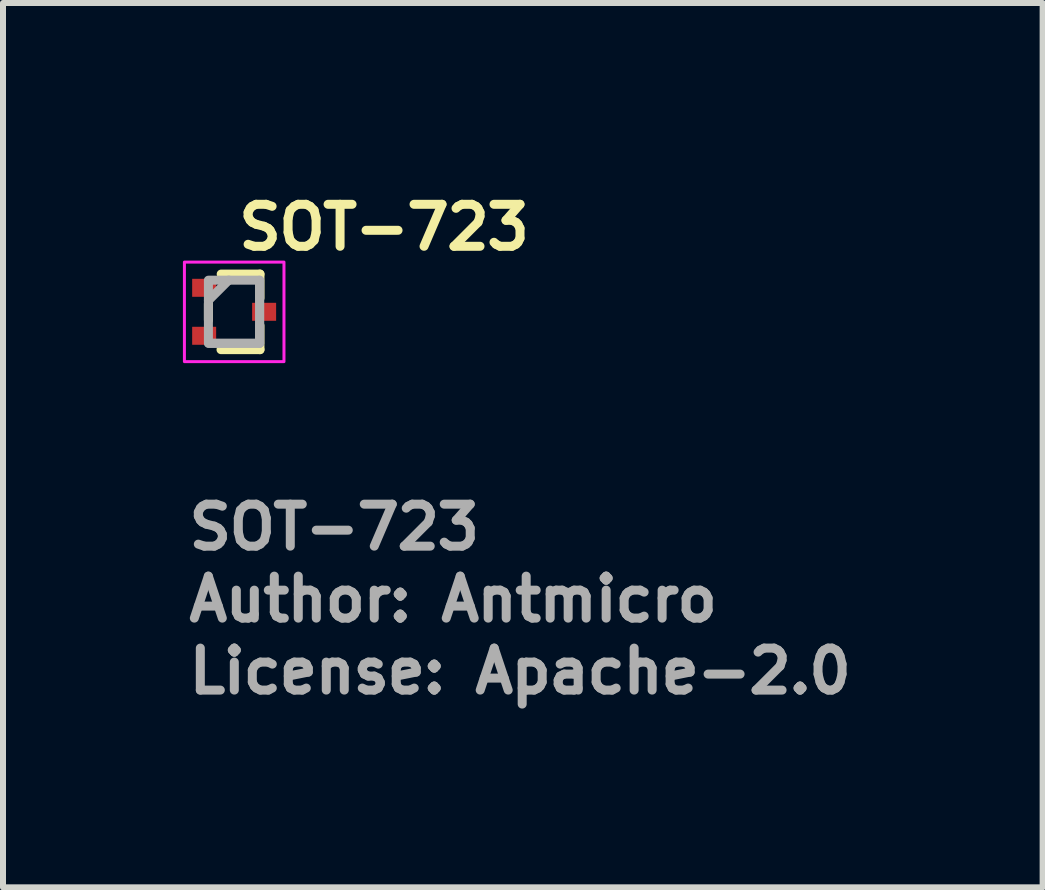
<source format=kicad_pcb>
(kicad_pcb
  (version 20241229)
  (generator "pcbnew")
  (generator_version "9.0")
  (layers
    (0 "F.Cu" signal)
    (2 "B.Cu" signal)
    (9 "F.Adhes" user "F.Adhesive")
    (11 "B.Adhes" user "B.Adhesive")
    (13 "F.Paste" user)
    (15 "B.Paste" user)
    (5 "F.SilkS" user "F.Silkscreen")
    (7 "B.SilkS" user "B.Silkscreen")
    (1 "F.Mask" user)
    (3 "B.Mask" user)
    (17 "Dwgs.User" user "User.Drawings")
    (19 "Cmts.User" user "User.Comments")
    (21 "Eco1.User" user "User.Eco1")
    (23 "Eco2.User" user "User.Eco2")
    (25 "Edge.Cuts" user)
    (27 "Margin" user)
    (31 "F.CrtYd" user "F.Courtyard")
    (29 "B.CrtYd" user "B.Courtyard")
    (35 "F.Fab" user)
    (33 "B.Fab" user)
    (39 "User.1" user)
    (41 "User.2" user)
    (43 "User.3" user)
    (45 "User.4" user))
  (footprint "SOT-723"
    (layer "F.Cu")
    (at 0.855 2.15)
    (property "Reference" "SOT-723" (at 0 -1 0) (layer "F.SilkS") (effects (font (size 0.7 0.7) (thickness 0.15)) (justify left bottom)))
    (attr smd)
    (fp_line (start -0.43 -0.138) (end -0.43 0.138) (stroke (width 0.15) (type solid)) (layer "F.SilkS"))
    (fp_line (start 0.43 -0.63) (end -0.217 -0.63) (stroke (width 0.15) (type solid)) (layer "F.SilkS"))
    (fp_line (start 0.43 -0.23) (end 0.43 -0.63) (stroke (width 0.15) (type solid)) (layer "F.SilkS"))
    (fp_line (start 0.43 0.23) (end 0.43 0.63) (stroke (width 0.15) (type solid)) (layer "F.SilkS"))
    (fp_line (start 0.43 0.63) (end -0.22 0.63) (stroke (width 0.15) (type solid)) (layer "F.SilkS"))
    (fp_rect (start -0.83 -0.83) (end 0.83 0.83) (stroke (width 0.05) (type solid)) (fill no) (layer "F.CrtYd"))
    (fp_line (start -0.09 -0.53) (end -0.43 -0.19) (stroke (width 0.15) (type solid)) (layer "F.Fab"))
    (fp_line (start 0.424 -0.528) (end 0.424 0.524) (stroke (width 0.15) (type solid)) (layer "F.Fab"))
    (fp_line (start 0.424 0.524) (end -0.424 0.524) (stroke (width 0.15) (type solid)) (layer "F.Fab"))
    (fp_rect (start 0.424 0.524) (end -0.43 -0.528) (stroke (width 0.15) (type solid)) (fill no) (layer "F.Fab"))
    (fp_rect (start 0.599 -0.601) (end -0.601 0.599) (stroke (width 0.1) (type solid)) (fill no) (layer "User.5"))
    (fp_line (start -0.601 -0.509) (end -0.601 -0.289) (stroke (width 0.02) (type solid)) (layer "User.9"))
    (fp_line (start -0.601 -0.289) (end -0.403 -0.289) (stroke (width 0.02) (type solid)) (layer "User.9"))
    (fp_line (start -0.601 0.289) (end -0.601 0.509) (stroke (width 0.02) (type solid)) (layer "User.9"))
    (fp_line (start -0.601 0.509) (end -0.403 0.509) (stroke (width 0.02) (type solid)) (layer "User.9"))
    (fp_line (start -0.403 -0.599) (end -0.403 0.599) (stroke (width 0.02) (type solid)) (layer "User.9"))
    (fp_line (start -0.403 -0.509) (end -0.601 -0.509) (stroke (width 0.02) (type solid)) (layer "User.9"))
    (fp_line (start -0.403 0.289) (end -0.601 0.289) (stroke (width 0.02) (type solid)) (layer "User.9"))
    (fp_line (start -0.403 0.599) (end 0.399 0.599) (stroke (width 0.02) (type solid)) (layer "User.9"))
    (fp_line (start -0.354 -0.553) (end -0.403 -0.599) (stroke (width 0.02) (type solid)) (layer "User.9"))
    (fp_line (start -0.354 -0.553) (end -0.354 0.553) (stroke (width 0.02) (type solid)) (layer "User.9"))
    (fp_line (start -0.354 0.553) (end -0.403 0.599) (stroke (width 0.02) (type solid)) (layer "User.9"))
    (fp_line (start -0.354 0.553) (end 0.35 0.553) (stroke (width 0.02) (type solid)) (layer "User.9"))
    (fp_line (start 0.35 -0.553) (end -0.354 -0.553) (stroke (width 0.02) (type solid)) (layer "User.9"))
    (fp_line (start 0.35 -0.553) (end 0.399 -0.599) (stroke (width 0.02) (type solid)) (layer "User.9"))
    (fp_line (start 0.35 0.553) (end 0.35 -0.553) (stroke (width 0.02) (type solid)) (layer "User.9"))
    (fp_line (start 0.35 0.553) (end 0.399 0.599) (stroke (width 0.02) (type solid)) (layer "User.9"))
    (fp_line (start 0.399 -0.599) (end -0.403 -0.599) (stroke (width 0.02) (type solid)) (layer "User.9"))
    (fp_line (start 0.399 0.159) (end 0.597 0.159) (stroke (width 0.02) (type solid)) (layer "User.9"))
    (fp_line (start 0.399 0.599) (end 0.399 -0.599) (stroke (width 0.02) (type solid)) (layer "User.9"))
    (fp_line (start 0.597 -0.161) (end 0.399 -0.161) (stroke (width 0.02) (type solid)) (layer "User.9"))
    (fp_line (start 0.597 0.159) (end 0.597 -0.161) (stroke (width 0.02) (type solid)) (layer "User.9"))
    (fp_text user "License: Apache-2.0" (at -0.83 6.4 0) (layer "F.Fab") (effects (font (size 0.7 0.7) (thickness 0.15)) (justify left bottom)))
    (fp_text user "${REFERENCE}" (at -0.83 4 0) (layer "F.Fab") (effects (font (size 0.7 0.7) (thickness 0.15)) (justify left bottom)))
    (fp_text user "Author: Antmicro" (at -0.83 5.2 0) (layer "F.Fab") (effects (font (size 0.7 0.7) (thickness 0.15)) (justify left bottom)))
    (pad "1" smd rect (at -0.501 -0.401 270) (size 0.3 0.4) (layers "F.Cu" "F.Mask" "F.Paste"))
    (pad "2" smd rect (at -0.501 0.399 270) (size 0.3 0.4) (layers "F.Cu" "F.Mask" "F.Paste"))
    (pad "3" smd rect (at 0.499 -0.001 270) (size 0.3 0.4) (layers "F.Cu" "F.Mask" "F.Paste")))
  (gr_rect
    (start -3 -3)
    (end 14.335 11.745)
    (stroke (width 0.1) (type default))
    (fill no)
    (layer "Edge.Cuts")))
</source>
